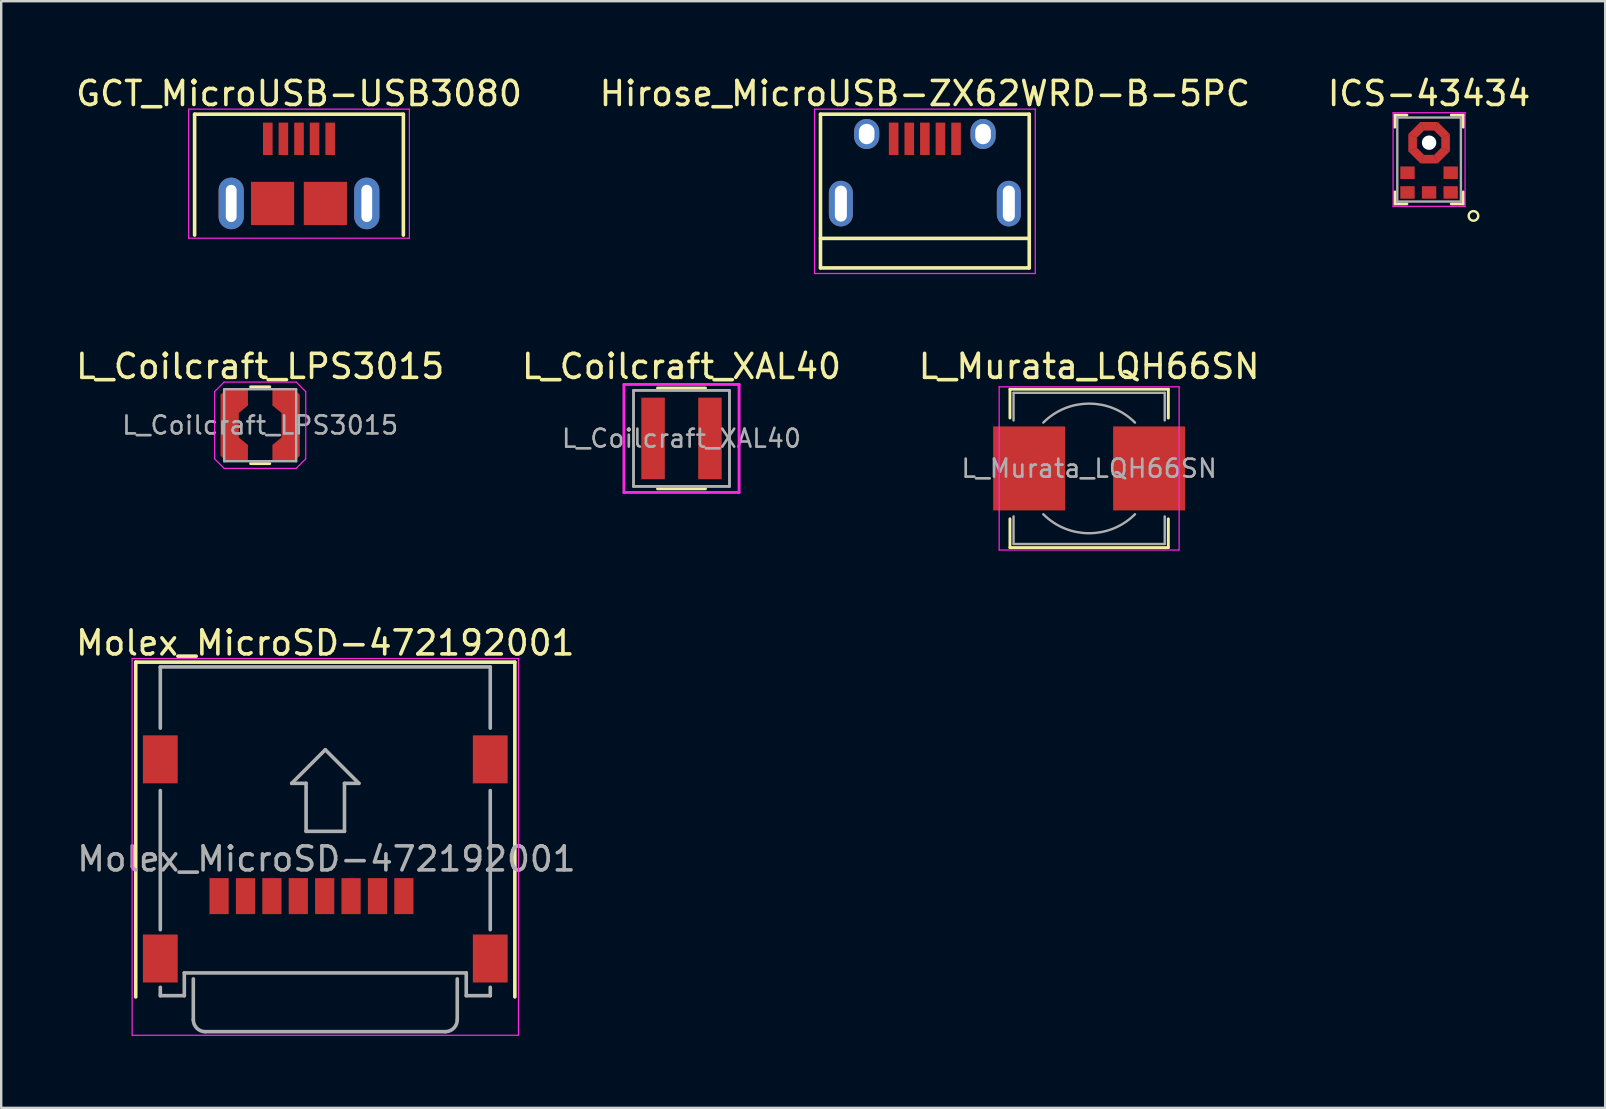
<source format=kicad_pcb>
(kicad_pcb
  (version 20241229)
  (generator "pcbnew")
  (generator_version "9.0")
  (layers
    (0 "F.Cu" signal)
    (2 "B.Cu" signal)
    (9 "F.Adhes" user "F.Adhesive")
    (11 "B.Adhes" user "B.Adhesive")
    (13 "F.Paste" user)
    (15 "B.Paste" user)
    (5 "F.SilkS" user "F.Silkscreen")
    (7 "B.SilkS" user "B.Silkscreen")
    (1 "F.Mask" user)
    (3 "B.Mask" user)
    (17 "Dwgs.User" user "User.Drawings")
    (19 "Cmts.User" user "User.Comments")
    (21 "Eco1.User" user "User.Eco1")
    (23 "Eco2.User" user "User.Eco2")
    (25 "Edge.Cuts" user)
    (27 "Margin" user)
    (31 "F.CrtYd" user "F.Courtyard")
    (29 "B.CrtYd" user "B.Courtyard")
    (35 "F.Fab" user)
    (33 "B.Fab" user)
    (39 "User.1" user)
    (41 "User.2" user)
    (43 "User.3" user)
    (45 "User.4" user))
  (footprint "Hirose_MicroUSB-ZX62WRD-B-5PC"
    (layer "F.Cu")
    (at 35.493 4.298)
    (property "Reference" "Hirose_MicroUSB-ZX62WRD-B-5PC" (at 0.001 -3.45 0) (layer "F.SilkS") (effects (font (size 1 1) (thickness 0.15))))
    (attr smd)
    (fp_line (start -4.35 -2.588) (end 4.35 -2.588) (stroke (width 0.15) (type solid)) (layer "F.SilkS"))
    (fp_line (start -4.35 3.817) (end -4.35 -2.588) (stroke (width 0.15) (type solid)) (layer "F.SilkS"))
    (fp_line (start -4.35 3.817) (end 4.35 3.817) (stroke (width 0.15) (type solid)) (layer "F.SilkS"))
    (fp_line (start 4.35 -2.588) (end 4.35 3.817) (stroke (width 0.15) (type solid)) (layer "F.SilkS"))
    (fp_line (start 4.35 2.587) (end -4.35 2.587) (stroke (width 0.15) (type solid)) (layer "F.SilkS"))
    (fp_line (start -4.599 -2.8) (end 4.601 -2.8) (stroke (width 0.05) (type solid)) (layer "F.CrtYd"))
    (fp_line (start -4.599 4.05) (end -4.599 -2.8) (stroke (width 0.05) (type solid)) (layer "F.CrtYd"))
    (fp_line (start 4.601 -2.8) (end 4.601 4.05) (stroke (width 0.05) (type solid)) (layer "F.CrtYd"))
    (fp_line (start 4.601 4.05) (end -4.599 4.05) (stroke (width 0.05) (type solid)) (layer "F.CrtYd"))
    (pad "1" smd rect (at -1.3 -1.563 90) (size 1.35 0.4) (layers "F.Cu" "F.Mask" "F.Paste"))
    (pad "2" smd rect (at -0.65 -1.563 90) (size 1.35 0.4) (layers "F.Cu" "F.Mask" "F.Paste"))
    (pad "3" smd rect (at 0 -1.563 90) (size 1.35 0.4) (layers "F.Cu" "F.Mask" "F.Paste"))
    (pad "4" smd rect (at 0.65 -1.563 90) (size 1.35 0.4) (layers "F.Cu" "F.Mask" "F.Paste"))
    (pad "5" smd rect (at 1.3 -1.563 90) (size 1.35 0.4) (layers "F.Cu" "F.Mask" "F.Paste"))
    (pad "6" thru_hole oval (at -3.5 1.137 90) (size 1.9 1) (drill oval 1.5 0.5) (layers "*.Cu" "*.Mask"))
    (pad "6" thru_hole oval (at -2.425 -1.763) (size 1.05 1.25) (drill oval 0.65 0.85) (layers "*.Cu" "*.Mask"))
    (pad "6" thru_hole oval (at 2.425 -1.763) (size 1.05 1.25) (drill oval 0.65 0.85) (layers "*.Cu" "*.Mask"))
    (pad "6" thru_hole oval (at 3.5 1.137 90) (size 1.9 1) (drill oval 1.5 0.5) (layers "*.Cu" "*.Mask")))
  (footprint "ICS-43434"
    (layer "F.Cu")
    (at 56.506 2.896)
    (property "Reference" "ICS-43434" (at 0 -2.048 0) (layer "F.SilkS") (effects (font (size 1 1) (thickness 0.15))))
    (attr through_hole)
    (fp_line (start -1.425 -1.148) (end -1.425 -0.648) (stroke (width 0.12) (type solid)) (layer "F.SilkS"))
    (fp_line (start -1.425 -1.148) (end -0.925 -1.148) (stroke (width 0.12) (type solid)) (layer "F.SilkS"))
    (fp_line (start -1.425 2.552) (end -1.425 2.052) (stroke (width 0.12) (type solid)) (layer "F.SilkS"))
    (fp_line (start -1.425 2.552) (end -0.925 2.552) (stroke (width 0.12) (type solid)) (layer "F.SilkS"))
    (fp_line (start 1.425 -1.148) (end 0.925 -1.148) (stroke (width 0.12) (type solid)) (layer "F.SilkS"))
    (fp_line (start 1.425 -1.148) (end 1.425 -0.648) (stroke (width 0.12) (type solid)) (layer "F.SilkS"))
    (fp_line (start 1.425 2.552) (end 0.925 2.552) (stroke (width 0.12) (type solid)) (layer "F.SilkS"))
    (fp_line (start 1.425 2.552) (end 1.425 2.052) (stroke (width 0.12) (type solid)) (layer "F.SilkS"))
    (fp_circle (center 1.85 3.052) (end 2.05 3.052) (stroke (width 0.1) (type solid)) (fill no) (layer "F.SilkS"))
    (fp_line (start -1.5 -1.248) (end 1.5 -1.248) (stroke (width 0.05) (type solid)) (layer "F.CrtYd"))
    (fp_line (start -1.5 2.652) (end -1.5 -1.248) (stroke (width 0.05) (type solid)) (layer "F.CrtYd"))
    (fp_line (start 1.5 -1.248) (end 1.5 2.652) (stroke (width 0.05) (type solid)) (layer "F.CrtYd"))
    (fp_line (start 1.5 2.652) (end -1.5 2.652) (stroke (width 0.05) (type solid)) (layer "F.CrtYd"))
    (fp_line (start -1.325 2.452) (end -1.325 -1.048) (stroke (width 0.1) (type solid)) (layer "F.Fab"))
    (fp_line (start -1.325 2.452) (end 1.325 2.452) (stroke (width 0.1) (type solid)) (layer "F.Fab"))
    (fp_line (start 1.325 -1.048) (end -1.325 -1.048) (stroke (width 0.1) (type solid)) (layer "F.Fab"))
    (fp_line (start 1.325 2.452) (end 1.325 -1.048) (stroke (width 0.1) (type solid)) (layer "F.Fab"))
    (pad "" np_thru_hole circle (at 0 0) (size 0.6 0.6) (drill 0.6) (layers "*.Cu" "*.Mask"))
    (pad "1" smd rect (at 0.9 2.074) (size 0.6 0.522) (layers "F.Cu" "F.Mask" "F.Paste"))
    (pad "2" smd rect (at 0.9 1.252) (size 0.6 0.522) (layers "F.Cu" "F.Mask" "F.Paste"))
    (pad "3" smd trapezoid (at -0.687 0) (size 0.36 0.575) (rect_delta 0.15 0) (layers "F.Cu" "F.Mask" "F.Paste"))
    (pad "3" smd trapezoid (at -0.486 -0.486 45) (size 0.575 0.36) (rect_delta 0 -0.15) (layers "F.Cu" "F.Mask" "F.Paste"))
    (pad "3" smd trapezoid (at -0.486 0.486 135) (size 0.575 0.36) (rect_delta 0 -0.15) (layers "F.Cu" "F.Mask" "F.Paste"))
    (pad "3" smd trapezoid (at 0 -0.682) (size 0.575 0.36) (rect_delta 0 -0.15) (layers "F.Cu" "F.Mask" "F.Paste"))
    (pad "3" smd trapezoid (at 0 0.687 180) (size 0.575 0.36) (rect_delta 0 -0.15) (layers "F.Cu" "F.Mask" "F.Paste"))
    (pad "3" smd trapezoid (at 0.486 -0.486 315) (size 0.575 0.36) (rect_delta 0 -0.125) (layers "F.Cu" "F.Mask" "F.Paste"))
    (pad "3" smd trapezoid (at 0.486 0.486 225) (size 0.575 0.36) (rect_delta 0 -0.15) (layers "F.Cu" "F.Mask" "F.Paste"))
    (pad "3" smd trapezoid (at 0.687 0 180) (size 0.36 0.575) (rect_delta 0.15 0) (layers "F.Cu" "F.Mask" "F.Paste"))
    (pad "4" smd rect (at -0.9 1.252) (size 0.6 0.522) (layers "F.Cu" "F.Mask" "F.Paste"))
    (pad "5" smd rect (at -0.9 2.074) (size 0.6 0.522) (layers "F.Cu" "F.Mask" "F.Paste"))
    (pad "6" smd rect (at 0 2.074) (size 0.6 0.522) (layers "F.Cu" "F.Mask" "F.Paste")))
  (footprint "L_Coilcraft_XAL40"
    (layer "F.Cu")
    (at 25.351 15.222)
    (property "Reference" "L_Coilcraft_XAL40" (at 0 -3 0) (layer "F.SilkS") (effects (font (size 1 1) (thickness 0.15))))
    (attr smd)
    (fp_line (start -1 -2.1) (end 1 -2.1) (stroke (width 0.12) (type solid)) (layer "F.SilkS"))
    (fp_line (start 1 2.1) (end -1 2.1) (stroke (width 0.12) (type solid)) (layer "F.SilkS"))
    (fp_line (start -2.4 -2.25) (end -2.4 2.25) (stroke (width 0.12) (type solid)) (layer "F.CrtYd"))
    (fp_line (start -2.4 -2.25) (end 2.4 -2.25) (stroke (width 0.12) (type solid)) (layer "F.CrtYd"))
    (fp_line (start -2.4 2.25) (end 2.4 2.25) (stroke (width 0.12) (type solid)) (layer "F.CrtYd"))
    (fp_line (start 2.4 -2.25) (end 2.4 2.25) (stroke (width 0.12) (type solid)) (layer "F.CrtYd"))
    (fp_line (start -2 -2) (end 2 -2) (stroke (width 0.12) (type solid)) (layer "F.Fab"))
    (fp_line (start -2 2) (end -2 -2) (stroke (width 0.12) (type solid)) (layer "F.Fab"))
    (fp_line (start 2 -2) (end 2 2) (stroke (width 0.12) (type solid)) (layer "F.Fab"))
    (fp_line (start 2 2) (end -2 2) (stroke (width 0.12) (type solid)) (layer "F.Fab"))
    (fp_text user "${REFERENCE}" (at 0 0 180) (layer "F.Fab") (effects (font (size 0.75 0.75) (thickness 0.11))))
    (pad "1" smd rect (at -1.185 0) (size 0.98 3.4) (layers "F.Cu" "F.Mask" "F.Paste"))
    (pad "2" smd rect (at 1.185 0) (size 0.98 3.4) (layers "F.Cu" "F.Mask" "F.Paste")))
  (footprint "L_Coilcraft_LPS3015"
    (layer "F.Cu")
    (at 7.792 14.671)
    (property "Reference" "L_Coilcraft_LPS3015" (at 0 -2.45 0) (layer "F.SilkS") (effects (font (size 1 1) (thickness 0.15))))
    (attr smd)
    (fp_line (start -0.4 -1.6) (end 0.4 -1.6) (stroke (width 0.12) (type solid)) (layer "F.SilkS"))
    (fp_line (start -0.4 1.6) (end 0.4 1.6) (stroke (width 0.12) (type solid)) (layer "F.SilkS"))
    (fp_line (start -1.9 -1.4) (end -1.5 -1.8) (stroke (width 0.05) (type solid)) (layer "F.CrtYd"))
    (fp_line (start -1.9 1.4) (end -1.9 -1.4) (stroke (width 0.05) (type solid)) (layer "F.CrtYd"))
    (fp_line (start -1.5 -1.8) (end 1.5 -1.8) (stroke (width 0.05) (type solid)) (layer "F.CrtYd"))
    (fp_line (start -1.5 1.8) (end -1.9 1.4) (stroke (width 0.05) (type solid)) (layer "F.CrtYd"))
    (fp_line (start 1.5 -1.8) (end 1.9 -1.4) (stroke (width 0.05) (type solid)) (layer "F.CrtYd"))
    (fp_line (start 1.5 1.8) (end -1.5 1.8) (stroke (width 0.05) (type solid)) (layer "F.CrtYd"))
    (fp_line (start 1.9 -1.4) (end 1.9 1.4) (stroke (width 0.05) (type solid)) (layer "F.CrtYd"))
    (fp_line (start 1.9 1.4) (end 1.5 1.8) (stroke (width 0.05) (type solid)) (layer "F.CrtYd"))
    (fp_line (start -1.5 1.5) (end -1.5 -1.5) (stroke (width 0.1) (type solid)) (layer "F.Fab"))
    (fp_line (start -1.5 1.5) (end 1.5 1.5) (stroke (width 0.1) (type solid)) (layer "F.Fab"))
    (fp_line (start 1.5 -1.5) (end -1.5 -1.5) (stroke (width 0.1) (type solid)) (layer "F.Fab"))
    (fp_line (start 1.5 1.5) (end 1.5 -1.5) (stroke (width 0.1) (type solid)) (layer "F.Fab"))
    (fp_text user "${REFERENCE}" (at 0 0 0) (layer "F.Fab") (effects (font (size 0.75 0.75) (thickness 0.11))))
    (pad "1" smd rect (at -1.395 -1.27 45) (size 0.361 0.361) (layers "F.Cu" "F.Mask" "F.Paste"))
    (pad "1" smd rect (at -1.395 1.27 45) (size 0.361 0.361) (layers "F.Cu" "F.Mask" "F.Paste"))
    (pad "1" smd rect (at -1.27 0) (size 0.76 2.54) (layers "F.Cu" "F.Mask" "F.Paste"))
    (pad "1" smd rect (at -0.953 -1.175) (size 0.885 0.7) (layers "F.Cu" "F.Mask" "F.Paste"))
    (pad "1" smd rect (at -0.953 1.175) (size 0.885 0.7) (layers "F.Cu" "F.Mask" "F.Paste"))
    (pad "1" smd rect (at -0.858 -0.857 39.7) (size 0.494 0.494) (layers "F.Cu" "F.Mask" "F.Paste"))
    (pad "1" smd rect (at -0.858 0.857 320.3) (size 0.494 0.494) (layers "F.Cu" "F.Mask" "F.Paste"))
    (pad "2" smd rect (at 0.858 -0.857 320.3) (size 0.494 0.494) (layers "F.Cu" "F.Mask" "F.Paste"))
    (pad "2" smd rect (at 0.858 0.857 39.7) (size 0.494 0.494) (layers "F.Cu" "F.Mask" "F.Paste"))
    (pad "2" smd rect (at 0.953 -1.175) (size 0.885 0.7) (layers "F.Cu" "F.Mask" "F.Paste"))
    (pad "2" smd rect (at 0.953 1.175) (size 0.885 0.7) (layers "F.Cu" "F.Mask" "F.Paste"))
    (pad "2" smd rect (at 1.27 0) (size 0.76 2.54) (layers "F.Cu" "F.Mask" "F.Paste"))
    (pad "2" smd rect (at 1.395 -1.27 45) (size 0.361 0.361) (layers "F.Cu" "F.Mask" "F.Paste"))
    (pad "2" smd rect (at 1.395 1.27 45) (size 0.361 0.361) (layers "F.Cu" "F.Mask" "F.Paste")))
  (footprint "L_Murata_LQH66SN"
    (layer "F.Cu")
    (at 42.339 16.471)
    (property "Reference" "L_Murata_LQH66SN" (at 0 -4.25 0) (layer "F.SilkS") (effects (font (size 1 1) (thickness 0.15))))
    (attr smd)
    (fp_line (start -3.3 -3.3) (end 3.3 -3.3) (stroke (width 0.12) (type solid)) (layer "F.SilkS"))
    (fp_line (start -3.3 -2.1) (end -3.3 -3.3) (stroke (width 0.12) (type solid)) (layer "F.SilkS"))
    (fp_line (start -3.3 3.3) (end -3.3 2.1) (stroke (width 0.12) (type solid)) (layer "F.SilkS"))
    (fp_line (start 3.3 -3.3) (end 3.3 -2.1) (stroke (width 0.12) (type solid)) (layer "F.SilkS"))
    (fp_line (start 3.3 2.1) (end 3.3 3.3) (stroke (width 0.12) (type solid)) (layer "F.SilkS"))
    (fp_line (start 3.3 3.3) (end -3.3 3.3) (stroke (width 0.12) (type solid)) (layer "F.SilkS"))
    (fp_line (start -3.75 -3.4) (end -3.75 3.4) (stroke (width 0.05) (type solid)) (layer "F.CrtYd"))
    (fp_line (start -3.75 3.4) (end 3.75 3.4) (stroke (width 0.05) (type solid)) (layer "F.CrtYd"))
    (fp_line (start 3.75 -3.4) (end -3.75 -3.4) (stroke (width 0.05) (type solid)) (layer "F.CrtYd"))
    (fp_line (start 3.75 3.4) (end 3.75 -3.4) (stroke (width 0.05) (type solid)) (layer "F.CrtYd"))
    (fp_line (start -3.15 -3.15) (end -3.15 -2) (stroke (width 0.1) (type solid)) (layer "F.Fab"))
    (fp_line (start -3.15 -3.15) (end 3.15 -3.15) (stroke (width 0.1) (type solid)) (layer "F.Fab"))
    (fp_line (start -3.15 3.15) (end -3.15 2) (stroke (width 0.1) (type solid)) (layer "F.Fab"))
    (fp_line (start -3.15 3.15) (end 3.15 3.15) (stroke (width 0.1) (type solid)) (layer "F.Fab"))
    (fp_line (start 3.15 -3.15) (end 3.15 -2) (stroke (width 0.1) (type solid)) (layer "F.Fab"))
    (fp_line (start 3.15 3.15) (end 3.15 2) (stroke (width 0.1) (type solid)) (layer "F.Fab"))
    (fp_arc (start -1.91 -1.91) (mid 0 -2.701148) (end 1.91 -1.91) (stroke (width 0.1) (type solid)) (layer "F.Fab"))
    (fp_arc (start 1.91 1.91) (mid 0 2.701148) (end -1.91 1.91) (stroke (width 0.1) (type solid)) (layer "F.Fab"))
    (fp_text user "${REFERENCE}" (at 0 0 180) (layer "F.Fab") (effects (font (size 0.75 0.75) (thickness 0.11))))
    (pad "1" smd rect (at -2.5 0) (size 3 3.5) (layers "F.Cu" "F.Mask" "F.Paste"))
    (pad "2" smd rect (at 2.5 0) (size 3 3.5) (layers "F.Cu" "F.Mask" "F.Paste")))
  (footprint "GCT_MicroUSB-USB3080"
    (layer "F.Cu")
    (at 9.41 2.748)
    (property "Reference" "GCT_MicroUSB-USB3080" (at 0.001 -1.9 0) (layer "F.SilkS") (effects (font (size 1 1) (thickness 0.15))))
    (attr smd)
    (fp_line (start -4.35 -1.038) (end 4.35 -1.038) (stroke (width 0.15) (type solid)) (layer "F.SilkS"))
    (fp_line (start -4.35 4) (end -4.35 -1.038) (stroke (width 0.15) (type solid)) (layer "F.SilkS"))
    (fp_line (start 4.35 -1.038) (end 4.35 4) (stroke (width 0.15) (type solid)) (layer "F.SilkS"))
    (fp_line (start -4.599 -1.25) (end 4.601 -1.25) (stroke (width 0.05) (type solid)) (layer "F.CrtYd"))
    (fp_line (start -4.599 4.13) (end -4.599 -1.25) (stroke (width 0.05) (type solid)) (layer "F.CrtYd"))
    (fp_line (start 4.601 -1.25) (end 4.601 4.13) (stroke (width 0.05) (type solid)) (layer "F.CrtYd"))
    (fp_line (start 4.601 4.13) (end -4.599 4.13) (stroke (width 0.05) (type solid)) (layer "F.CrtYd"))
    (pad "1" smd rect (at -1.3 -0.013 90) (size 1.35 0.4) (layers "F.Cu" "F.Mask" "F.Paste"))
    (pad "2" smd rect (at -0.65 -0.013 90) (size 1.35 0.4) (layers "F.Cu" "F.Mask" "F.Paste"))
    (pad "3" smd rect (at 0 -0.013 90) (size 1.35 0.4) (layers "F.Cu" "F.Mask" "F.Paste"))
    (pad "4" smd rect (at 0.65 -0.013 90) (size 1.35 0.4) (layers "F.Cu" "F.Mask" "F.Paste"))
    (pad "5" smd rect (at 1.3 -0.013 90) (size 1.35 0.4) (layers "F.Cu" "F.Mask" "F.Paste"))
    (pad "6" thru_hole oval (at -2.825 2.68 90) (size 2.15 1.05) (drill oval 1.55 0.45) (layers "*.Cu" "*.Mask"))
    (pad "6" smd rect (at -1.1 2.68) (size 1.8 1.8) (layers "F.Cu" "F.Mask" "F.Paste"))
    (pad "6" smd rect (at 1.1 2.68) (size 1.8 1.8) (layers "F.Cu" "F.Mask" "F.Paste"))
    (pad "6" thru_hole oval (at 2.825 2.68 90) (size 2.15 1.05) (drill oval 1.55 0.45) (layers "*.Cu" "*.Mask")))
  (footprint "Molex_MicroSD-472192001"
    (layer "F.Cu")
    (at 10.506 32.745)
    (property "Reference" "Molex_MicroSD-472192001" (at 0 -9 0) (layer "F.SilkS") (effects (font (size 1 1) (thickness 0.15))))
    (attr smd)
    (fp_line (start -7.9 -8.2) (end -7.9 5.75) (stroke (width 0.15) (type solid)) (layer "F.SilkS"))
    (fp_line (start 7.9 -8.2) (end -7.9 -8.2) (stroke (width 0.15) (type solid)) (layer "F.SilkS"))
    (fp_line (start 7.9 5.75) (end 7.9 -8.2) (stroke (width 0.15) (type solid)) (layer "F.SilkS"))
    (fp_line (start -8.05 -8.35) (end 8.05 -8.35) (stroke (width 0.05) (type solid)) (layer "F.CrtYd"))
    (fp_line (start -8.05 7.35) (end -8.05 -8.35) (stroke (width 0.05) (type solid)) (layer "F.CrtYd"))
    (fp_line (start 8.05 -8.35) (end 8.05 7.35) (stroke (width 0.05) (type solid)) (layer "F.CrtYd"))
    (fp_line (start 8.05 7.35) (end -8.05 7.35) (stroke (width 0.05) (type solid)) (layer "F.CrtYd"))
    (fp_line (start -6.875 -8) (end -6.875 -5.45) (stroke (width 0.15) (type solid)) (layer "F.Fab"))
    (fp_line (start -6.875 -2.85) (end -6.875 2.95) (stroke (width 0.15) (type solid)) (layer "F.Fab"))
    (fp_line (start -6.875 5.7) (end -6.875 5.35) (stroke (width 0.15) (type solid)) (layer "F.Fab"))
    (fp_line (start -5.875 4.75) (end -5.875 5.7) (stroke (width 0.15) (type solid)) (layer "F.Fab"))
    (fp_line (start -5.875 5.7) (end -6.875 5.7) (stroke (width 0.15) (type solid)) (layer "F.Fab"))
    (fp_line (start -5.5 6.7) (end -5.5 5) (stroke (width 0.15) (type solid)) (layer "F.Fab"))
    (fp_line (start -1.4 -3.15) (end 0 -4.55) (stroke (width 0.15) (type solid)) (layer "F.Fab"))
    (fp_line (start -0.8 -3.15) (end -1.4 -3.15) (stroke (width 0.15) (type solid)) (layer "F.Fab"))
    (fp_line (start -0.8 -1.15) (end -0.8 -3.15) (stroke (width 0.15) (type solid)) (layer "F.Fab"))
    (fp_line (start 0 -4.55) (end 1.4 -3.15) (stroke (width 0.15) (type solid)) (layer "F.Fab"))
    (fp_line (start 0.8 -3.15) (end 0.8 -1.15) (stroke (width 0.15) (type solid)) (layer "F.Fab"))
    (fp_line (start 0.8 -1.15) (end -0.8 -1.15) (stroke (width 0.15) (type solid)) (layer "F.Fab"))
    (fp_line (start 1.4 -3.15) (end 0.8 -3.15) (stroke (width 0.15) (type solid)) (layer "F.Fab"))
    (fp_line (start 5 7.2) (end -5 7.2) (stroke (width 0.15) (type solid)) (layer "F.Fab"))
    (fp_line (start 5.5 6.7) (end 5.5 5) (stroke (width 0.15) (type solid)) (layer "F.Fab"))
    (fp_line (start 5.875 4.75) (end -5.875 4.75) (stroke (width 0.15) (type solid)) (layer "F.Fab"))
    (fp_line (start 5.875 5.7) (end 5.875 4.75) (stroke (width 0.15) (type solid)) (layer "F.Fab"))
    (fp_line (start 6.875 -8) (end -6.875 -8) (stroke (width 0.15) (type solid)) (layer "F.Fab"))
    (fp_line (start 6.875 -5.45) (end 6.875 -8) (stroke (width 0.15) (type solid)) (layer "F.Fab"))
    (fp_line (start 6.875 -2.85) (end 6.875 2.95) (stroke (width 0.15) (type solid)) (layer "F.Fab"))
    (fp_line (start 6.875 5.35) (end 6.875 5.7) (stroke (width 0.15) (type solid)) (layer "F.Fab"))
    (fp_line (start 6.875 5.7) (end 5.875 5.7) (stroke (width 0.15) (type solid)) (layer "F.Fab"))
    (fp_arc (start -5 7.2) (mid -5.353553 7.053553) (end -5.5 6.7) (stroke (width 0.15) (type solid)) (layer "F.Fab"))
    (fp_arc (start 5.5 6.7) (mid 5.353553 7.053553) (end 5 7.2) (stroke (width 0.15) (type solid)) (layer "F.Fab"))
    (fp_text user "${REFERENCE}" (at 0.05 0 0) (layer "F.Fab") (effects (font (size 1 1) (thickness 0.15))))
    (pad "1" smd rect (at 3.275 1.55) (size 0.8 1.5) (layers "F.Cu" "F.Mask" "F.Paste"))
    (pad "2" smd rect (at 2.175 1.55) (size 0.8 1.5) (layers "F.Cu" "F.Mask" "F.Paste"))
    (pad "3" smd rect (at 1.075 1.55) (size 0.8 1.5) (layers "F.Cu" "F.Mask" "F.Paste"))
    (pad "4" smd rect (at -0.025 1.55) (size 0.8 1.5) (layers "F.Cu" "F.Mask" "F.Paste"))
    (pad "5" smd rect (at -1.125 1.55) (size 0.8 1.5) (layers "F.Cu" "F.Mask" "F.Paste"))
    (pad "6" smd rect (at -2.225 1.55) (size 0.8 1.5) (layers "F.Cu" "F.Mask" "F.Paste"))
    (pad "7" smd rect (at -3.325 1.55) (size 0.8 1.5) (layers "F.Cu" "F.Mask" "F.Paste"))
    (pad "8" smd rect (at -4.425 1.55) (size 0.8 1.5) (layers "F.Cu" "F.Mask" "F.Paste"))
    (pad "9" smd rect (at -6.875 -4.15) (size 1.45 2) (layers "F.Cu" "F.Mask" "F.Paste"))
    (pad "9" smd rect (at -6.875 4.15) (size 1.45 2) (layers "F.Cu" "F.Mask" "F.Paste"))
    (pad "9" smd rect (at 6.875 -4.15) (size 1.45 2) (layers "F.Cu" "F.Mask" "F.Paste"))
    (pad "9" smd rect (at 6.875 4.15) (size 1.45 2) (layers "F.Cu" "F.Mask" "F.Paste")))
  (gr_rect
    (start -3 -3)
    (end 63.845 43.12)
    (stroke (width 0.1) (type default))
    (fill no)
    (layer "Edge.Cuts")))
</source>
